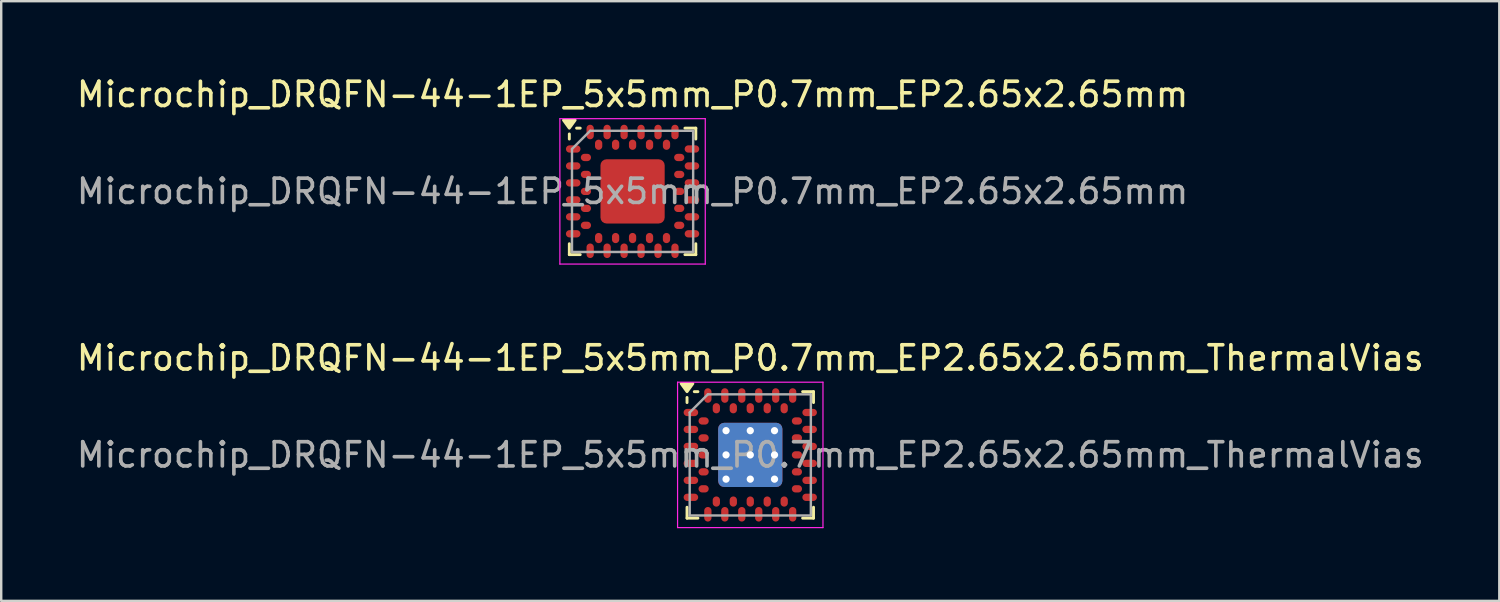
<source format=kicad_pcb>
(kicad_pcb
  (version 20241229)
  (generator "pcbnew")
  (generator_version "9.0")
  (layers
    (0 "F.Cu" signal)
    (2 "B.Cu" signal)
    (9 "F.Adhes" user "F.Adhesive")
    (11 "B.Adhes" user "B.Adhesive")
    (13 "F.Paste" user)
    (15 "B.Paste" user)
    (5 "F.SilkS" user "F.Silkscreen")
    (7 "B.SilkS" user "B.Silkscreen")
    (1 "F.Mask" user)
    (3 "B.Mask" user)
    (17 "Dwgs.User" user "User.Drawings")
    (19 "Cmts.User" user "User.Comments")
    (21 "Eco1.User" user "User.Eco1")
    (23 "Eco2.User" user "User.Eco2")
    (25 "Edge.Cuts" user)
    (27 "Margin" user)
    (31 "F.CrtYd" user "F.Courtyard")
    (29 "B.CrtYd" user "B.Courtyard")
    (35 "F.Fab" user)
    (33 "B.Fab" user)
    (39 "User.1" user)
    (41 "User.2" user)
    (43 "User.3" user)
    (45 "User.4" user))
  (footprint "Microchip_DRQFN-44-1EP_5x5mm_P0.7mm_EP2.65x2.65mm"
    (layer "F.Cu")
    (at 23.054 4.848)
    (property "Reference" "Microchip_DRQFN-44-1EP_5x5mm_P0.7mm_EP2.65x2.65mm" (at 0 -4 0) (layer "F.SilkS") (effects (font (size 1 1) (thickness 0.15))))
    (attr smd)
    (fp_line (start -2.61 -2.37) (end -2.61 -2.16) (stroke (width 0.12) (type solid)) (layer "F.SilkS"))
    (fp_line (start -2.61 2.61) (end -2.61 2.16) (stroke (width 0.12) (type solid)) (layer "F.SilkS"))
    (fp_line (start -2.16 -2.61) (end -2.31 -2.61) (stroke (width 0.12) (type solid)) (layer "F.SilkS"))
    (fp_line (start -2.16 2.61) (end -2.61 2.61) (stroke (width 0.12) (type solid)) (layer "F.SilkS"))
    (fp_line (start 2.16 -2.61) (end 2.61 -2.61) (stroke (width 0.12) (type solid)) (layer "F.SilkS"))
    (fp_line (start 2.61 -2.61) (end 2.61 -2.16) (stroke (width 0.12) (type solid)) (layer "F.SilkS"))
    (fp_line (start 2.61 2.16) (end 2.61 2.61) (stroke (width 0.12) (type solid)) (layer "F.SilkS"))
    (fp_line (start 2.61 2.61) (end 2.16 2.61) (stroke (width 0.12) (type solid)) (layer "F.SilkS"))
    (fp_poly (pts (xy -2.61 -2.61) (xy -2.85 -2.94) (xy -2.37 -2.94) (xy -2.61 -2.61)) (stroke (width 0.12) (type solid)) (fill yes) (layer "F.SilkS"))
    (fp_line (start -3 -3) (end 3 -3) (stroke (width 0.05) (type solid)) (layer "F.CrtYd"))
    (fp_line (start -3 3) (end -3 -3) (stroke (width 0.05) (type solid)) (layer "F.CrtYd"))
    (fp_line (start 3 -3) (end 3 3) (stroke (width 0.05) (type solid)) (layer "F.CrtYd"))
    (fp_line (start 3 3) (end -3 3) (stroke (width 0.05) (type solid)) (layer "F.CrtYd"))
    (fp_line (start -2.5 -1.75) (end -1.75 -2.5) (stroke (width 0.1) (type solid)) (layer "F.Fab"))
    (fp_line (start -2.5 2.5) (end -2.5 -1.75) (stroke (width 0.1) (type solid)) (layer "F.Fab"))
    (fp_line (start -1.75 -2.5) (end 2.5 -2.5) (stroke (width 0.1) (type solid)) (layer "F.Fab"))
    (fp_line (start 2.5 -2.5) (end 2.5 2.5) (stroke (width 0.1) (type solid)) (layer "F.Fab"))
    (fp_line (start 2.5 2.5) (end -2.5 2.5) (stroke (width 0.1) (type solid)) (layer "F.Fab"))
    (fp_text user "${REFERENCE}" (at 0 0 0) (layer "F.Fab") (effects (font (size 1 1) (thickness 0.15))))
    (pad "" smd roundrect (at -0.65 -0.65) (size 1.1 1.1) (layers "F.Paste") (roundrect_rratio 0.1))
    (pad "" smd roundrect (at -0.65 0.65) (size 1.1 1.1) (layers "F.Paste") (roundrect_rratio 0.1))
    (pad "" smd roundrect (at 0.65 -0.65) (size 1.1 1.1) (layers "F.Paste") (roundrect_rratio 0.1))
    (pad "" smd roundrect (at 0.65 0.65) (size 1.1 1.1) (layers "F.Paste") (roundrect_rratio 0.1))
    (pad "A1" smd oval (at -2.45 -1.75) (size 0.6 0.3) (layers "F.Cu" "F.Mask" "F.Paste"))
    (pad "A2" smd oval (at -2.45 -1.05) (size 0.6 0.3) (layers "F.Cu" "F.Mask" "F.Paste"))
    (pad "A3" smd oval (at -2.45 -0.35) (size 0.6 0.3) (layers "F.Cu" "F.Mask" "F.Paste"))
    (pad "A4" smd oval (at -2.45 0.35) (size 0.6 0.3) (layers "F.Cu" "F.Mask" "F.Paste"))
    (pad "A5" smd oval (at -2.45 1.05) (size 0.6 0.3) (layers "F.Cu" "F.Mask" "F.Paste"))
    (pad "A6" smd oval (at -2.45 1.75) (size 0.6 0.3) (layers "F.Cu" "F.Mask" "F.Paste"))
    (pad "A7" smd oval (at -1.75 2.45) (size 0.3 0.6) (layers "F.Cu" "F.Mask" "F.Paste"))
    (pad "A8" smd oval (at -1.05 2.45) (size 0.3 0.6) (layers "F.Cu" "F.Mask" "F.Paste"))
    (pad "A9" smd oval (at -0.35 2.45) (size 0.3 0.6) (layers "F.Cu" "F.Mask" "F.Paste"))
    (pad "A10" smd oval (at 0.35 2.45) (size 0.3 0.6) (layers "F.Cu" "F.Mask" "F.Paste"))
    (pad "A11" smd oval (at 1.05 2.45) (size 0.3 0.6) (layers "F.Cu" "F.Mask" "F.Paste"))
    (pad "A12" smd oval (at 1.75 2.45) (size 0.3 0.6) (layers "F.Cu" "F.Mask" "F.Paste"))
    (pad "A13" smd oval (at 2.45 1.75) (size 0.6 0.3) (layers "F.Cu" "F.Mask" "F.Paste"))
    (pad "A14" smd oval (at 2.45 1.05) (size 0.6 0.3) (layers "F.Cu" "F.Mask" "F.Paste"))
    (pad "A15" smd oval (at 2.45 0.35) (size 0.6 0.3) (layers "F.Cu" "F.Mask" "F.Paste"))
    (pad "A16" smd oval (at 2.45 -0.35) (size 0.6 0.3) (layers "F.Cu" "F.Mask" "F.Paste"))
    (pad "A17" smd oval (at 2.45 -1.05) (size 0.6 0.3) (layers "F.Cu" "F.Mask" "F.Paste"))
    (pad "A18" smd oval (at 2.45 -1.75) (size 0.6 0.3) (layers "F.Cu" "F.Mask" "F.Paste"))
    (pad "A19" smd oval (at 1.75 -2.45) (size 0.3 0.6) (layers "F.Cu" "F.Mask" "F.Paste"))
    (pad "A20" smd oval (at 1.05 -2.45) (size 0.3 0.6) (layers "F.Cu" "F.Mask" "F.Paste"))
    (pad "A21" smd oval (at 0.35 -2.45) (size 0.3 0.6) (layers "F.Cu" "F.Mask" "F.Paste"))
    (pad "A22" smd oval (at -0.35 -2.45) (size 0.3 0.6) (layers "F.Cu" "F.Mask" "F.Paste"))
    (pad "A23" smd oval (at -1.05 -2.45) (size 0.3 0.6) (layers "F.Cu" "F.Mask" "F.Paste"))
    (pad "A24" smd oval (at -1.75 -2.45) (size 0.3 0.6) (layers "F.Cu" "F.Mask" "F.Paste"))
    (pad "B1" smd oval (at -1.925 -1.4) (size 0.42 0.3) (layers "F.Cu" "F.Mask" "F.Paste"))
    (pad "B2" smd oval (at -1.925 -0.7) (size 0.42 0.3) (layers "F.Cu" "F.Mask" "F.Paste"))
    (pad "B3" smd oval (at -1.925 0) (size 0.42 0.3) (layers "F.Cu" "F.Mask" "F.Paste"))
    (pad "B4" smd oval (at -1.925 0.7) (size 0.42 0.3) (layers "F.Cu" "F.Mask" "F.Paste"))
    (pad "B5" smd oval (at -1.925 1.4) (size 0.42 0.3) (layers "F.Cu" "F.Mask" "F.Paste"))
    (pad "B6" smd oval (at -1.4 1.925) (size 0.3 0.42) (layers "F.Cu" "F.Mask" "F.Paste"))
    (pad "B7" smd oval (at -0.7 1.925) (size 0.3 0.42) (layers "F.Cu" "F.Mask" "F.Paste"))
    (pad "B8" smd oval (at 0 1.925) (size 0.3 0.42) (layers "F.Cu" "F.Mask" "F.Paste"))
    (pad "B9" smd oval (at 0.7 1.925) (size 0.3 0.42) (layers "F.Cu" "F.Mask" "F.Paste"))
    (pad "B10" smd oval (at 1.4 1.925) (size 0.3 0.42) (layers "F.Cu" "F.Mask" "F.Paste"))
    (pad "B11" smd oval (at 1.925 1.4) (size 0.42 0.3) (layers "F.Cu" "F.Mask" "F.Paste"))
    (pad "B12" smd oval (at 1.925 0.7) (size 0.42 0.3) (layers "F.Cu" "F.Mask" "F.Paste"))
    (pad "B13" smd oval (at 1.925 0) (size 0.42 0.3) (layers "F.Cu" "F.Mask" "F.Paste"))
    (pad "B14" smd oval (at 1.925 -0.7) (size 0.42 0.3) (layers "F.Cu" "F.Mask" "F.Paste"))
    (pad "B15" smd oval (at 1.925 -1.4) (size 0.42 0.3) (layers "F.Cu" "F.Mask" "F.Paste"))
    (pad "B16" smd oval (at 1.4 -1.925) (size 0.3 0.42) (layers "F.Cu" "F.Mask" "F.Paste"))
    (pad "B17" smd oval (at 0.7 -1.925) (size 0.3 0.42) (layers "F.Cu" "F.Mask" "F.Paste"))
    (pad "B18" smd oval (at 0 -1.925) (size 0.3 0.42) (layers "F.Cu" "F.Mask" "F.Paste"))
    (pad "B19" smd oval (at -0.7 -1.925) (size 0.3 0.42) (layers "F.Cu" "F.Mask" "F.Paste"))
    (pad "B20" smd oval (at -1.4 -1.925) (size 0.3 0.42) (layers "F.Cu" "F.Mask" "F.Paste"))
    (pad "EP" smd roundrect (at 0 0) (size 2.65 2.65) (layers "F.Cu" "F.Mask") (roundrect_rratio 0.094)))
  (footprint "Microchip_DRQFN-44-1EP_5x5mm_P0.7mm_EP2.65x2.65mm_ThermalVias"
    (layer "F.Cu")
    (at 27.911 15.722)
    (property "Reference" "Microchip_DRQFN-44-1EP_5x5mm_P0.7mm_EP2.65x2.65mm_ThermalVias" (at 0 -4 0) (layer "F.SilkS") (effects (font (size 1 1) (thickness 0.15))))
    (attr smd)
    (fp_line (start -2.61 -2.37) (end -2.61 -2.16) (stroke (width 0.12) (type solid)) (layer "F.SilkS"))
    (fp_line (start -2.61 2.61) (end -2.61 2.16) (stroke (width 0.12) (type solid)) (layer "F.SilkS"))
    (fp_line (start -2.16 -2.61) (end -2.31 -2.61) (stroke (width 0.12) (type solid)) (layer "F.SilkS"))
    (fp_line (start -2.16 2.61) (end -2.61 2.61) (stroke (width 0.12) (type solid)) (layer "F.SilkS"))
    (fp_line (start 2.16 -2.61) (end 2.61 -2.61) (stroke (width 0.12) (type solid)) (layer "F.SilkS"))
    (fp_line (start 2.61 -2.61) (end 2.61 -2.16) (stroke (width 0.12) (type solid)) (layer "F.SilkS"))
    (fp_line (start 2.61 2.16) (end 2.61 2.61) (stroke (width 0.12) (type solid)) (layer "F.SilkS"))
    (fp_line (start 2.61 2.61) (end 2.16 2.61) (stroke (width 0.12) (type solid)) (layer "F.SilkS"))
    (fp_poly (pts (xy -2.61 -2.61) (xy -2.85 -2.94) (xy -2.37 -2.94) (xy -2.61 -2.61)) (stroke (width 0.12) (type solid)) (fill yes) (layer "F.SilkS"))
    (fp_line (start -3 -3) (end 3 -3) (stroke (width 0.05) (type solid)) (layer "F.CrtYd"))
    (fp_line (start -3 3) (end -3 -3) (stroke (width 0.05) (type solid)) (layer "F.CrtYd"))
    (fp_line (start 3 -3) (end 3 3) (stroke (width 0.05) (type solid)) (layer "F.CrtYd"))
    (fp_line (start 3 3) (end -3 3) (stroke (width 0.05) (type solid)) (layer "F.CrtYd"))
    (fp_line (start -2.5 -1.75) (end -1.75 -2.5) (stroke (width 0.1) (type solid)) (layer "F.Fab"))
    (fp_line (start -2.5 2.5) (end -2.5 -1.75) (stroke (width 0.1) (type solid)) (layer "F.Fab"))
    (fp_line (start -1.75 -2.5) (end 2.5 -2.5) (stroke (width 0.1) (type solid)) (layer "F.Fab"))
    (fp_line (start 2.5 -2.5) (end 2.5 2.5) (stroke (width 0.1) (type solid)) (layer "F.Fab"))
    (fp_line (start 2.5 2.5) (end -2.5 2.5) (stroke (width 0.1) (type solid)) (layer "F.Fab"))
    (fp_text user "${REFERENCE}" (at 0 0 0) (layer "F.Fab") (effects (font (size 1 1) (thickness 0.15))))
    (pad "" smd roundrect (at -0.5 -0.5) (size 0.85 0.85) (layers "F.Paste") (roundrect_rratio 0.25))
    (pad "" smd roundrect (at -0.5 0.5) (size 0.85 0.85) (layers "F.Paste") (roundrect_rratio 0.25))
    (pad "" smd roundrect (at 0.5 -0.5) (size 0.85 0.85) (layers "F.Paste") (roundrect_rratio 0.25))
    (pad "" smd roundrect (at 0.5 0.5) (size 0.85 0.85) (layers "F.Paste") (roundrect_rratio 0.25))
    (pad "A1" smd oval (at -2.45 -1.75) (size 0.6 0.3) (layers "F.Cu" "F.Mask" "F.Paste"))
    (pad "A2" smd oval (at -2.45 -1.05) (size 0.6 0.3) (layers "F.Cu" "F.Mask" "F.Paste"))
    (pad "A3" smd oval (at -2.45 -0.35) (size 0.6 0.3) (layers "F.Cu" "F.Mask" "F.Paste"))
    (pad "A4" smd oval (at -2.45 0.35) (size 0.6 0.3) (layers "F.Cu" "F.Mask" "F.Paste"))
    (pad "A5" smd oval (at -2.45 1.05) (size 0.6 0.3) (layers "F.Cu" "F.Mask" "F.Paste"))
    (pad "A6" smd oval (at -2.45 1.75) (size 0.6 0.3) (layers "F.Cu" "F.Mask" "F.Paste"))
    (pad "A7" smd oval (at -1.75 2.45) (size 0.3 0.6) (layers "F.Cu" "F.Mask" "F.Paste"))
    (pad "A8" smd oval (at -1.05 2.45) (size 0.3 0.6) (layers "F.Cu" "F.Mask" "F.Paste"))
    (pad "A9" smd oval (at -0.35 2.45) (size 0.3 0.6) (layers "F.Cu" "F.Mask" "F.Paste"))
    (pad "A10" smd oval (at 0.35 2.45) (size 0.3 0.6) (layers "F.Cu" "F.Mask" "F.Paste"))
    (pad "A11" smd oval (at 1.05 2.45) (size 0.3 0.6) (layers "F.Cu" "F.Mask" "F.Paste"))
    (pad "A12" smd oval (at 1.75 2.45) (size 0.3 0.6) (layers "F.Cu" "F.Mask" "F.Paste"))
    (pad "A13" smd oval (at 2.45 1.75) (size 0.6 0.3) (layers "F.Cu" "F.Mask" "F.Paste"))
    (pad "A14" smd oval (at 2.45 1.05) (size 0.6 0.3) (layers "F.Cu" "F.Mask" "F.Paste"))
    (pad "A15" smd oval (at 2.45 0.35) (size 0.6 0.3) (layers "F.Cu" "F.Mask" "F.Paste"))
    (pad "A16" smd oval (at 2.45 -0.35) (size 0.6 0.3) (layers "F.Cu" "F.Mask" "F.Paste"))
    (pad "A17" smd oval (at 2.45 -1.05) (size 0.6 0.3) (layers "F.Cu" "F.Mask" "F.Paste"))
    (pad "A18" smd oval (at 2.45 -1.75) (size 0.6 0.3) (layers "F.Cu" "F.Mask" "F.Paste"))
    (pad "A19" smd oval (at 1.75 -2.45) (size 0.3 0.6) (layers "F.Cu" "F.Mask" "F.Paste"))
    (pad "A20" smd oval (at 1.05 -2.45) (size 0.3 0.6) (layers "F.Cu" "F.Mask" "F.Paste"))
    (pad "A21" smd oval (at 0.35 -2.45) (size 0.3 0.6) (layers "F.Cu" "F.Mask" "F.Paste"))
    (pad "A22" smd oval (at -0.35 -2.45) (size 0.3 0.6) (layers "F.Cu" "F.Mask" "F.Paste"))
    (pad "A23" smd oval (at -1.05 -2.45) (size 0.3 0.6) (layers "F.Cu" "F.Mask" "F.Paste"))
    (pad "A24" smd oval (at -1.75 -2.45) (size 0.3 0.6) (layers "F.Cu" "F.Mask" "F.Paste"))
    (pad "B1" smd oval (at -1.925 -1.4) (size 0.42 0.3) (layers "F.Cu" "F.Mask" "F.Paste"))
    (pad "B2" smd oval (at -1.925 -0.7) (size 0.42 0.3) (layers "F.Cu" "F.Mask" "F.Paste"))
    (pad "B3" smd oval (at -1.925 0) (size 0.42 0.3) (layers "F.Cu" "F.Mask" "F.Paste"))
    (pad "B4" smd oval (at -1.925 0.7) (size 0.42 0.3) (layers "F.Cu" "F.Mask" "F.Paste"))
    (pad "B5" smd oval (at -1.925 1.4) (size 0.42 0.3) (layers "F.Cu" "F.Mask" "F.Paste"))
    (pad "B6" smd oval (at -1.4 1.925) (size 0.3 0.42) (layers "F.Cu" "F.Mask" "F.Paste"))
    (pad "B7" smd oval (at -0.7 1.925) (size 0.3 0.42) (layers "F.Cu" "F.Mask" "F.Paste"))
    (pad "B8" smd oval (at 0 1.925) (size 0.3 0.42) (layers "F.Cu" "F.Mask" "F.Paste"))
    (pad "B9" smd oval (at 0.7 1.925) (size 0.3 0.42) (layers "F.Cu" "F.Mask" "F.Paste"))
    (pad "B10" smd oval (at 1.4 1.925) (size 0.3 0.42) (layers "F.Cu" "F.Mask" "F.Paste"))
    (pad "B11" smd oval (at 1.925 1.4) (size 0.42 0.3) (layers "F.Cu" "F.Mask" "F.Paste"))
    (pad "B12" smd oval (at 1.925 0.7) (size 0.42 0.3) (layers "F.Cu" "F.Mask" "F.Paste"))
    (pad "B13" smd oval (at 1.925 0) (size 0.42 0.3) (layers "F.Cu" "F.Mask" "F.Paste"))
    (pad "B14" smd oval (at 1.925 -0.7) (size 0.42 0.3) (layers "F.Cu" "F.Mask" "F.Paste"))
    (pad "B15" smd oval (at 1.925 -1.4) (size 0.42 0.3) (layers "F.Cu" "F.Mask" "F.Paste"))
    (pad "B16" smd oval (at 1.4 -1.925) (size 0.3 0.42) (layers "F.Cu" "F.Mask" "F.Paste"))
    (pad "B17" smd oval (at 0.7 -1.925) (size 0.3 0.42) (layers "F.Cu" "F.Mask" "F.Paste"))
    (pad "B18" smd oval (at 0 -1.925) (size 0.3 0.42) (layers "F.Cu" "F.Mask" "F.Paste"))
    (pad "B19" smd oval (at -0.7 -1.925) (size 0.3 0.42) (layers "F.Cu" "F.Mask" "F.Paste"))
    (pad "B20" smd oval (at -1.4 -1.925) (size 0.3 0.42) (layers "F.Cu" "F.Mask" "F.Paste"))
    (pad "EP" thru_hole circle (at -1 -1) (size 0.6 0.6) (drill 0.3) (layers "*.Cu"))
    (pad "EP" thru_hole circle (at -1 0) (size 0.6 0.6) (drill 0.3) (layers "*.Cu"))
    (pad "EP" thru_hole circle (at -1 1) (size 0.6 0.6) (drill 0.3) (layers "*.Cu"))
    (pad "EP" thru_hole circle (at 0 -1) (size 0.6 0.6) (drill 0.3) (layers "*.Cu"))
    (pad "EP" thru_hole circle (at 0 0) (size 0.6 0.6) (drill 0.3) (layers "*.Cu"))
    (pad "EP" smd roundrect (at 0 0) (size 2.65 2.65) (layers "F.Cu" "F.Mask") (roundrect_rratio 0.094))
    (pad "EP" smd roundrect (at 0 0) (size 2.65 2.65) (layers "B.Cu") (roundrect_rratio 0.094))
    (pad "EP" thru_hole circle (at 0 1) (size 0.6 0.6) (drill 0.3) (layers "*.Cu"))
    (pad "EP" thru_hole circle (at 1 -1) (size 0.6 0.6) (drill 0.3) (layers "*.Cu"))
    (pad "EP" thru_hole circle (at 1 0) (size 0.6 0.6) (drill 0.3) (layers "*.Cu"))
    (pad "EP" thru_hole circle (at 1 1) (size 0.6 0.6) (drill 0.3) (layers "*.Cu")))
  (gr_rect
    (start -3 -3)
    (end 58.821 21.747)
    (stroke (width 0.1) (type default))
    (fill no)
    (layer "Edge.Cuts")))
</source>
